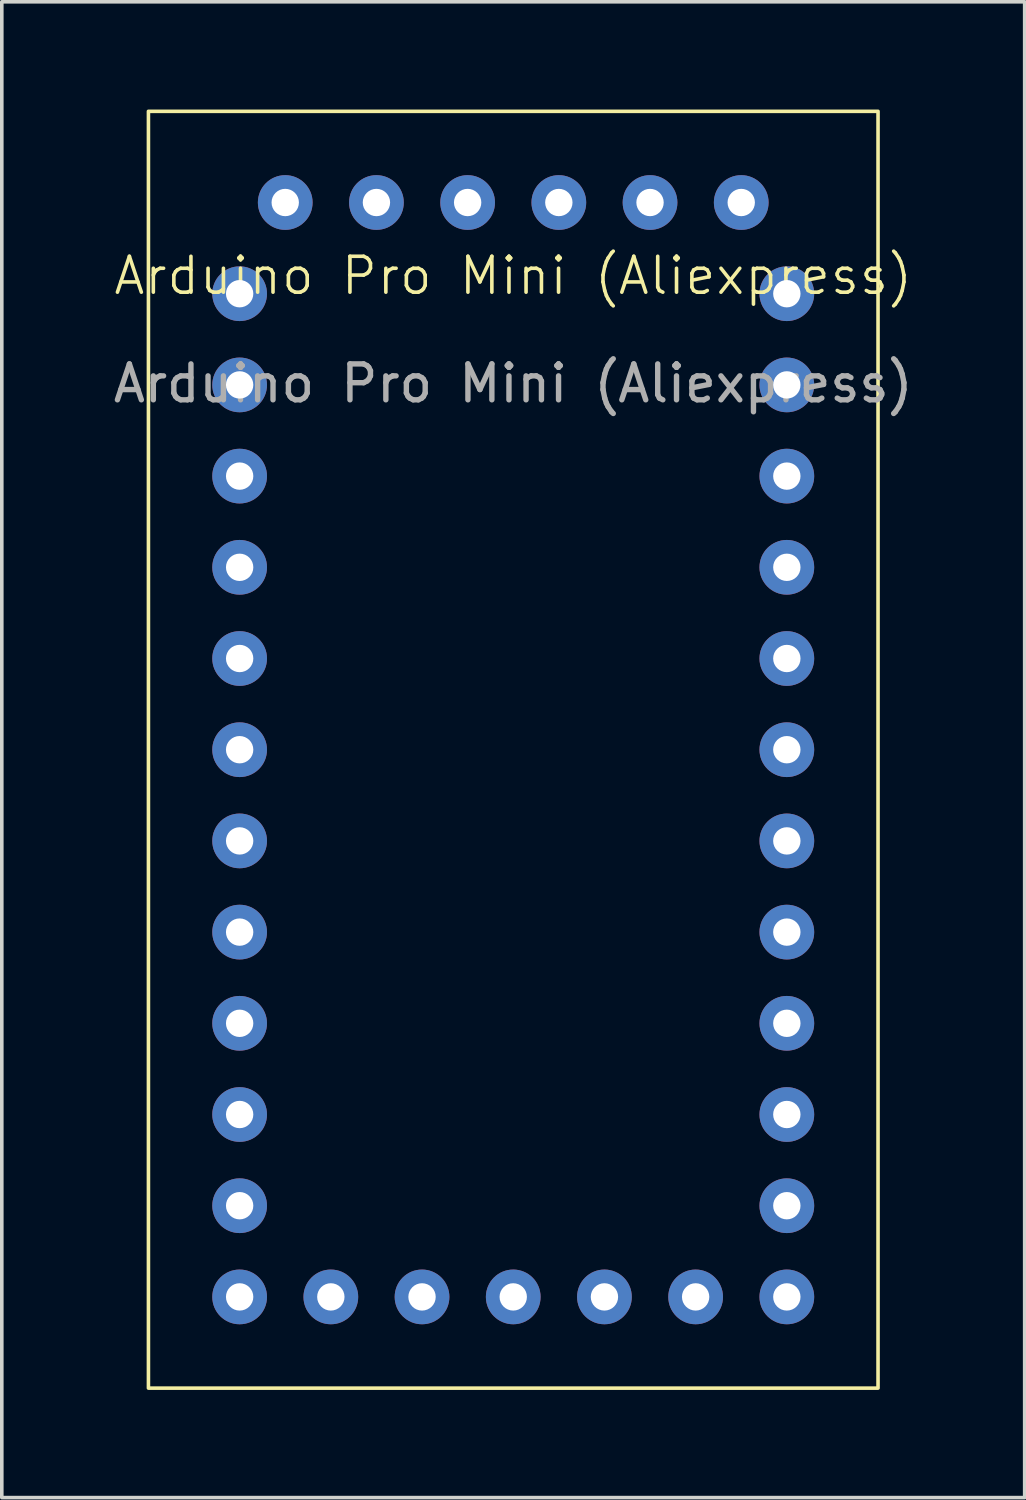
<source format=kicad_pcb>
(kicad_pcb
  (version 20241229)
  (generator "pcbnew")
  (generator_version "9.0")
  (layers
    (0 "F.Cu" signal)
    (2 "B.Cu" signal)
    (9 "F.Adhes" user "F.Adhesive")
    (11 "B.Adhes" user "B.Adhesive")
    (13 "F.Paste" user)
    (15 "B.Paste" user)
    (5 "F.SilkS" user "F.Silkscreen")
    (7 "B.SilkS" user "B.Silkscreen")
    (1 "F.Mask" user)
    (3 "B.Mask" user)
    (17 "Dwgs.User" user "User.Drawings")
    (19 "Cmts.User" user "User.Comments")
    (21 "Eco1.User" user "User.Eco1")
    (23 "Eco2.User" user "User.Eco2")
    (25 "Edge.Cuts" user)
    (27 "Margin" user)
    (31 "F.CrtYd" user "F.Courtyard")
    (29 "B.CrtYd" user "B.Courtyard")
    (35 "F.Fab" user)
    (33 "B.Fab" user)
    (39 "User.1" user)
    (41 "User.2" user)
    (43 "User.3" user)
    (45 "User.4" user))
  (footprint "Arduino Pro Mini (Aliexpress)"
    (layer "F.Cu")
    (at 11.244 5.13)
    (property "Reference" "Arduino Pro Mini (Aliexpress)" (at 0 -0.5 0) (unlocked yes) (layer "F.SilkS") (effects (font (size 1 1) (thickness 0.1))))
    (fp_rect (start 10.16 30.48) (end -10.16 -5.08) (stroke (width 0.1) (type default)) (fill no) (layer "F.SilkS"))
    (fp_text user "${REFERENCE}" (at 0 2.5 0) (unlocked yes) (layer "F.Fab") (effects (font (size 1 1) (thickness 0.15))))
    (pad "1" thru_hole circle (at -7.62 0) (size 1.524 1.524) (drill 0.762) (layers "*.Cu" "*.Mask"))
    (pad "2" thru_hole circle (at -7.62 2.54) (size 1.524 1.524) (drill 0.762) (layers "*.Cu" "*.Mask"))
    (pad "3" thru_hole circle (at -7.62 5.08) (size 1.524 1.524) (drill 0.762) (layers "*.Cu" "*.Mask"))
    (pad "4" thru_hole circle (at -7.62 7.62) (size 1.524 1.524) (drill 0.762) (layers "*.Cu" "*.Mask"))
    (pad "5" thru_hole circle (at -7.62 10.16) (size 1.524 1.524) (drill 0.762) (layers "*.Cu" "*.Mask"))
    (pad "6" thru_hole circle (at -7.62 12.7) (size 1.524 1.524) (drill 0.762) (layers "*.Cu" "*.Mask"))
    (pad "7" thru_hole circle (at -7.62 15.24) (size 1.524 1.524) (drill 0.762) (layers "*.Cu" "*.Mask"))
    (pad "8" thru_hole circle (at -7.62 17.78) (size 1.524 1.524) (drill 0.762) (layers "*.Cu" "*.Mask"))
    (pad "9" thru_hole circle (at -7.62 20.32) (size 1.524 1.524) (drill 0.762) (layers "*.Cu" "*.Mask"))
    (pad "10" thru_hole circle (at -7.62 22.86) (size 1.524 1.524) (drill 0.762) (layers "*.Cu" "*.Mask"))
    (pad "11" thru_hole circle (at -7.62 25.4) (size 1.524 1.524) (drill 0.762) (layers "*.Cu" "*.Mask"))
    (pad "12" thru_hole circle (at -7.62 27.94) (size 1.524 1.524) (drill 0.762) (layers "*.Cu" "*.Mask"))
    (pad "13" thru_hole circle (at -5.08 27.94) (size 1.524 1.524) (drill 0.762) (layers "*.Cu" "*.Mask"))
    (pad "14" thru_hole circle (at -2.54 27.94) (size 1.524 1.524) (drill 0.762) (layers "*.Cu" "*.Mask"))
    (pad "15" thru_hole circle (at 0 27.94) (size 1.524 1.524) (drill 0.762) (layers "*.Cu" "*.Mask"))
    (pad "16" thru_hole circle (at 2.54 27.94) (size 1.524 1.524) (drill 0.762) (layers "*.Cu" "*.Mask"))
    (pad "17" thru_hole circle (at 5.08 27.94) (size 1.524 1.524) (drill 0.762) (layers "*.Cu" "*.Mask"))
    (pad "18" thru_hole circle (at 7.62 27.94) (size 1.524 1.524) (drill 0.762) (layers "*.Cu" "*.Mask"))
    (pad "19" thru_hole circle (at 7.62 25.4) (size 1.524 1.524) (drill 0.762) (layers "*.Cu" "*.Mask"))
    (pad "20" thru_hole circle (at 7.62 22.86) (size 1.524 1.524) (drill 0.762) (layers "*.Cu" "*.Mask"))
    (pad "21" thru_hole circle (at 7.62 20.32) (size 1.524 1.524) (drill 0.762) (layers "*.Cu" "*.Mask"))
    (pad "22" thru_hole circle (at 7.62 17.78) (size 1.524 1.524) (drill 0.762) (layers "*.Cu" "*.Mask"))
    (pad "23" thru_hole circle (at 7.62 15.24) (size 1.524 1.524) (drill 0.762) (layers "*.Cu" "*.Mask"))
    (pad "24" thru_hole circle (at 7.62 12.7) (size 1.524 1.524) (drill 0.762) (layers "*.Cu" "*.Mask"))
    (pad "25" thru_hole circle (at 7.62 10.16) (size 1.524 1.524) (drill 0.762) (layers "*.Cu" "*.Mask"))
    (pad "26" thru_hole circle (at 7.62 7.62) (size 1.524 1.524) (drill 0.762) (layers "*.Cu" "*.Mask"))
    (pad "27" thru_hole circle (at 7.62 5.08) (size 1.524 1.524) (drill 0.762) (layers "*.Cu" "*.Mask"))
    (pad "28" thru_hole circle (at 7.62 2.54) (size 1.524 1.524) (drill 0.762) (layers "*.Cu" "*.Mask"))
    (pad "29" thru_hole circle (at 7.62 0) (size 1.524 1.524) (drill 0.762) (layers "*.Cu" "*.Mask"))
    (pad "30" thru_hole circle (at 6.35 -2.54) (size 1.524 1.524) (drill 0.762) (layers "*.Cu" "*.Mask"))
    (pad "31" thru_hole circle (at 3.81 -2.54) (size 1.524 1.524) (drill 0.762) (layers "*.Cu" "*.Mask"))
    (pad "32" thru_hole circle (at 1.27 -2.54) (size 1.524 1.524) (drill 0.762) (layers "*.Cu" "*.Mask"))
    (pad "33" thru_hole circle (at -1.27 -2.54) (size 1.524 1.524) (drill 0.762) (layers "*.Cu" "*.Mask"))
    (pad "34" thru_hole circle (at -3.81 -2.54) (size 1.524 1.524) (drill 0.762) (layers "*.Cu" "*.Mask"))
    (pad "35" thru_hole circle (at -6.35 -2.54) (size 1.524 1.524) (drill 0.762) (layers "*.Cu" "*.Mask")))
  (gr_rect
    (start -3 -3)
    (end 25.488 38.66)
    (stroke (width 0.1) (type default))
    (fill no)
    (layer "Edge.Cuts")))
</source>
